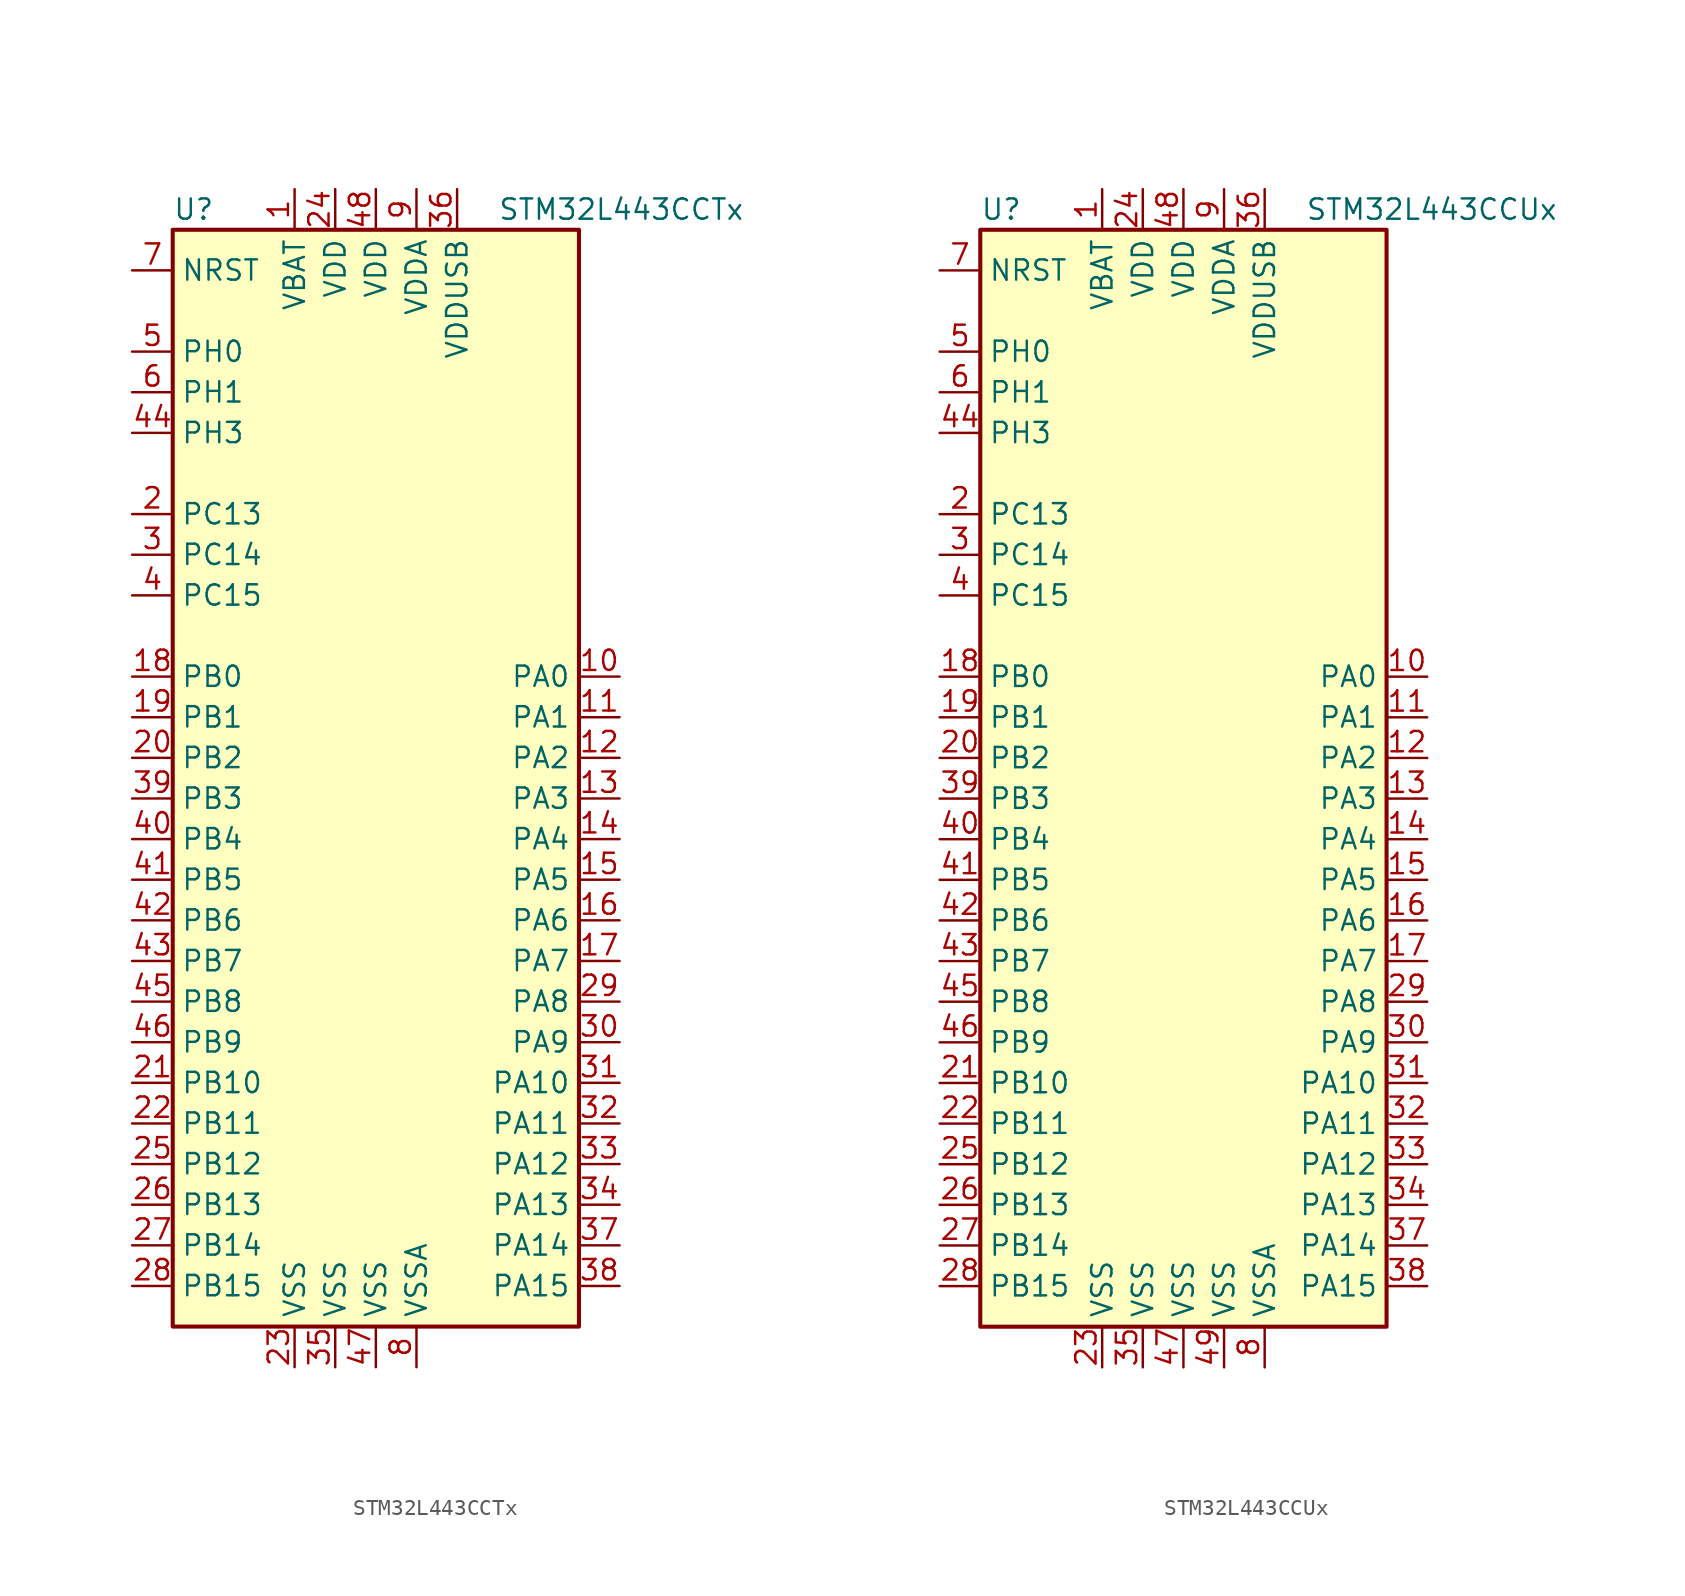
<source format=kicad_sym>
(kicad_symbol_lib
  (version 20201005)
  (generator kicad_symbol_editor)
  (symbol "STM32L443CCTx"
    (property "Reference" "U"
      (at -12.7 34.29 0)
      (effects (font (size 1.27 1.27)) (justify left)))
    (property "Value" "STM32L443CCTx"
      (at 7.62 34.29 0)
      (effects (font (size 1.27 1.27)) (justify left)))
    (symbol "STM32L443CCTx_0_1"
      (rectangle (start -12.7 -35.56) (end 12.7 33.02) (stroke (width 0.254)) (fill (type background))))
    (symbol "STM32L443CCTx_1_1"
      (pin power_in line (at -5.08 35.56 270) (length 2.54) (name "VBAT" (effects (font (size 1.27 1.27)))) (number "1" (effects (font (size 1.27 1.27)))))
      (pin bidirectional line (at 15.24 5.08 180) (length 2.54) (name "PA0" (effects (font (size 1.27 1.27)))) (number "10" (effects (font (size 1.27 1.27)))))
      (pin bidirectional line (at 15.24 2.54 180) (length 2.54) (name "PA1" (effects (font (size 1.27 1.27)))) (number "11" (effects (font (size 1.27 1.27)))))
      (pin bidirectional line (at 15.24 0 180) (length 2.54) (name "PA2" (effects (font (size 1.27 1.27)))) (number "12" (effects (font (size 1.27 1.27)))))
      (pin bidirectional line (at 15.24 -2.54 180) (length 2.54) (name "PA3" (effects (font (size 1.27 1.27)))) (number "13" (effects (font (size 1.27 1.27)))))
      (pin bidirectional line (at 15.24 -5.08 180) (length 2.54) (name "PA4" (effects (font (size 1.27 1.27)))) (number "14" (effects (font (size 1.27 1.27)))))
      (pin bidirectional line (at 15.24 -7.62 180) (length 2.54) (name "PA5" (effects (font (size 1.27 1.27)))) (number "15" (effects (font (size 1.27 1.27)))))
      (pin bidirectional line (at 15.24 -10.16 180) (length 2.54) (name "PA6" (effects (font (size 1.27 1.27)))) (number "16" (effects (font (size 1.27 1.27)))))
      (pin bidirectional line (at 15.24 -12.7 180) (length 2.54) (name "PA7" (effects (font (size 1.27 1.27)))) (number "17" (effects (font (size 1.27 1.27)))))
      (pin bidirectional line (at -15.24 5.08 0) (length 2.54) (name "PB0" (effects (font (size 1.27 1.27)))) (number "18" (effects (font (size 1.27 1.27)))))
      (pin bidirectional line (at -15.24 2.54 0) (length 2.54) (name "PB1" (effects (font (size 1.27 1.27)))) (number "19" (effects (font (size 1.27 1.27)))))
      (pin bidirectional line (at -15.24 15.24 0) (length 2.54) (name "PC13" (effects (font (size 1.27 1.27)))) (number "2" (effects (font (size 1.27 1.27)))))
      (pin bidirectional line (at -15.24 0 0) (length 2.54) (name "PB2" (effects (font (size 1.27 1.27)))) (number "20" (effects (font (size 1.27 1.27)))))
      (pin bidirectional line (at -15.24 -20.32 0) (length 2.54) (name "PB10" (effects (font (size 1.27 1.27)))) (number "21" (effects (font (size 1.27 1.27)))))
      (pin bidirectional line (at -15.24 -22.86 0) (length 2.54) (name "PB11" (effects (font (size 1.27 1.27)))) (number "22" (effects (font (size 1.27 1.27)))))
      (pin power_in line (at -5.08 -38.1 90) (length 2.54) (name "VSS" (effects (font (size 1.27 1.27)))) (number "23" (effects (font (size 1.27 1.27)))))
      (pin power_in line (at -2.54 35.56 270) (length 2.54) (name "VDD" (effects (font (size 1.27 1.27)))) (number "24" (effects (font (size 1.27 1.27)))))
      (pin bidirectional line (at -15.24 -25.4 0) (length 2.54) (name "PB12" (effects (font (size 1.27 1.27)))) (number "25" (effects (font (size 1.27 1.27)))))
      (pin bidirectional line (at -15.24 -27.94 0) (length 2.54) (name "PB13" (effects (font (size 1.27 1.27)))) (number "26" (effects (font (size 1.27 1.27)))))
      (pin bidirectional line (at -15.24 -30.48 0) (length 2.54) (name "PB14" (effects (font (size 1.27 1.27)))) (number "27" (effects (font (size 1.27 1.27)))))
      (pin bidirectional line (at -15.24 -33.02 0) (length 2.54) (name "PB15" (effects (font (size 1.27 1.27)))) (number "28" (effects (font (size 1.27 1.27)))))
      (pin bidirectional line (at 15.24 -15.24 180) (length 2.54) (name "PA8" (effects (font (size 1.27 1.27)))) (number "29" (effects (font (size 1.27 1.27)))))
      (pin bidirectional line (at -15.24 12.7 0) (length 2.54) (name "PC14" (effects (font (size 1.27 1.27)))) (number "3" (effects (font (size 1.27 1.27)))))
      (pin bidirectional line (at 15.24 -17.78 180) (length 2.54) (name "PA9" (effects (font (size 1.27 1.27)))) (number "30" (effects (font (size 1.27 1.27)))))
      (pin bidirectional line (at 15.24 -20.32 180) (length 2.54) (name "PA10" (effects (font (size 1.27 1.27)))) (number "31" (effects (font (size 1.27 1.27)))))
      (pin bidirectional line (at 15.24 -22.86 180) (length 2.54) (name "PA11" (effects (font (size 1.27 1.27)))) (number "32" (effects (font (size 1.27 1.27)))))
      (pin bidirectional line (at 15.24 -25.4 180) (length 2.54) (name "PA12" (effects (font (size 1.27 1.27)))) (number "33" (effects (font (size 1.27 1.27)))))
      (pin bidirectional line (at 15.24 -27.94 180) (length 2.54) (name "PA13" (effects (font (size 1.27 1.27)))) (number "34" (effects (font (size 1.27 1.27)))))
      (pin power_in line (at -2.54 -38.1 90) (length 2.54) (name "VSS" (effects (font (size 1.27 1.27)))) (number "35" (effects (font (size 1.27 1.27)))))
      (pin power_in line (at 5.08 35.56 270) (length 2.54) (name "VDDUSB" (effects (font (size 1.27 1.27)))) (number "36" (effects (font (size 1.27 1.27)))))
      (pin bidirectional line (at 15.24 -30.48 180) (length 2.54) (name "PA14" (effects (font (size 1.27 1.27)))) (number "37" (effects (font (size 1.27 1.27)))))
      (pin bidirectional line (at 15.24 -33.02 180) (length 2.54) (name "PA15" (effects (font (size 1.27 1.27)))) (number "38" (effects (font (size 1.27 1.27)))))
      (pin bidirectional line (at -15.24 -2.54 0) (length 2.54) (name "PB3" (effects (font (size 1.27 1.27)))) (number "39" (effects (font (size 1.27 1.27)))))
      (pin bidirectional line (at -15.24 10.16 0) (length 2.54) (name "PC15" (effects (font (size 1.27 1.27)))) (number "4" (effects (font (size 1.27 1.27)))))
      (pin bidirectional line (at -15.24 -5.08 0) (length 2.54) (name "PB4" (effects (font (size 1.27 1.27)))) (number "40" (effects (font (size 1.27 1.27)))))
      (pin bidirectional line (at -15.24 -7.62 0) (length 2.54) (name "PB5" (effects (font (size 1.27 1.27)))) (number "41" (effects (font (size 1.27 1.27)))))
      (pin bidirectional line (at -15.24 -10.16 0) (length 2.54) (name "PB6" (effects (font (size 1.27 1.27)))) (number "42" (effects (font (size 1.27 1.27)))))
      (pin bidirectional line (at -15.24 -12.7 0) (length 2.54) (name "PB7" (effects (font (size 1.27 1.27)))) (number "43" (effects (font (size 1.27 1.27)))))
      (pin bidirectional line (at -15.24 20.32 0) (length 2.54) (name "PH3" (effects (font (size 1.27 1.27)))) (number "44" (effects (font (size 1.27 1.27)))))
      (pin bidirectional line (at -15.24 -15.24 0) (length 2.54) (name "PB8" (effects (font (size 1.27 1.27)))) (number "45" (effects (font (size 1.27 1.27)))))
      (pin bidirectional line (at -15.24 -17.78 0) (length 2.54) (name "PB9" (effects (font (size 1.27 1.27)))) (number "46" (effects (font (size 1.27 1.27)))))
      (pin power_in line (at 0 -38.1 90) (length 2.54) (name "VSS" (effects (font (size 1.27 1.27)))) (number "47" (effects (font (size 1.27 1.27)))))
      (pin power_in line (at 0 35.56 270) (length 2.54) (name "VDD" (effects (font (size 1.27 1.27)))) (number "48" (effects (font (size 1.27 1.27)))))
      (pin input line (at -15.24 25.4 0) (length 2.54) (name "PH0" (effects (font (size 1.27 1.27)))) (number "5" (effects (font (size 1.27 1.27)))))
      (pin input line (at -15.24 22.86 0) (length 2.54) (name "PH1" (effects (font (size 1.27 1.27)))) (number "6" (effects (font (size 1.27 1.27)))))
      (pin input line (at -15.24 30.48 0) (length 2.54) (name "NRST" (effects (font (size 1.27 1.27)))) (number "7" (effects (font (size 1.27 1.27)))))
      (pin power_in line (at 2.54 -38.1 90) (length 2.54) (name "VSSA" (effects (font (size 1.27 1.27)))) (number "8" (effects (font (size 1.27 1.27)))))
      (pin power_in line (at 2.54 35.56 270) (length 2.54) (name "VDDA" (effects (font (size 1.27 1.27)))) (number "9" (effects (font (size 1.27 1.27)))))))
  (symbol "STM32L443CCUx"
    (property "Reference" "U"
      (at -12.7 34.29 0)
      (effects (font (size 1.27 1.27)) (justify left)))
    (property "Value" "STM32L443CCUx"
      (at 7.62 34.29 0)
      (effects (font (size 1.27 1.27)) (justify left)))
    (symbol "STM32L443CCUx_0_1"
      (rectangle (start -12.7 -35.56) (end 12.7 33.02) (stroke (width 0.254)) (fill (type background))))
    (symbol "STM32L443CCUx_1_1"
      (pin power_in line (at -5.08 35.56 270) (length 2.54) (name "VBAT" (effects (font (size 1.27 1.27)))) (number "1" (effects (font (size 1.27 1.27)))))
      (pin bidirectional line (at 15.24 5.08 180) (length 2.54) (name "PA0" (effects (font (size 1.27 1.27)))) (number "10" (effects (font (size 1.27 1.27)))))
      (pin bidirectional line (at 15.24 2.54 180) (length 2.54) (name "PA1" (effects (font (size 1.27 1.27)))) (number "11" (effects (font (size 1.27 1.27)))))
      (pin bidirectional line (at 15.24 0 180) (length 2.54) (name "PA2" (effects (font (size 1.27 1.27)))) (number "12" (effects (font (size 1.27 1.27)))))
      (pin bidirectional line (at 15.24 -2.54 180) (length 2.54) (name "PA3" (effects (font (size 1.27 1.27)))) (number "13" (effects (font (size 1.27 1.27)))))
      (pin bidirectional line (at 15.24 -5.08 180) (length 2.54) (name "PA4" (effects (font (size 1.27 1.27)))) (number "14" (effects (font (size 1.27 1.27)))))
      (pin bidirectional line (at 15.24 -7.62 180) (length 2.54) (name "PA5" (effects (font (size 1.27 1.27)))) (number "15" (effects (font (size 1.27 1.27)))))
      (pin bidirectional line (at 15.24 -10.16 180) (length 2.54) (name "PA6" (effects (font (size 1.27 1.27)))) (number "16" (effects (font (size 1.27 1.27)))))
      (pin bidirectional line (at 15.24 -12.7 180) (length 2.54) (name "PA7" (effects (font (size 1.27 1.27)))) (number "17" (effects (font (size 1.27 1.27)))))
      (pin bidirectional line (at -15.24 5.08 0) (length 2.54) (name "PB0" (effects (font (size 1.27 1.27)))) (number "18" (effects (font (size 1.27 1.27)))))
      (pin bidirectional line (at -15.24 2.54 0) (length 2.54) (name "PB1" (effects (font (size 1.27 1.27)))) (number "19" (effects (font (size 1.27 1.27)))))
      (pin bidirectional line (at -15.24 15.24 0) (length 2.54) (name "PC13" (effects (font (size 1.27 1.27)))) (number "2" (effects (font (size 1.27 1.27)))))
      (pin bidirectional line (at -15.24 0 0) (length 2.54) (name "PB2" (effects (font (size 1.27 1.27)))) (number "20" (effects (font (size 1.27 1.27)))))
      (pin bidirectional line (at -15.24 -20.32 0) (length 2.54) (name "PB10" (effects (font (size 1.27 1.27)))) (number "21" (effects (font (size 1.27 1.27)))))
      (pin bidirectional line (at -15.24 -22.86 0) (length 2.54) (name "PB11" (effects (font (size 1.27 1.27)))) (number "22" (effects (font (size 1.27 1.27)))))
      (pin power_in line (at -5.08 -38.1 90) (length 2.54) (name "VSS" (effects (font (size 1.27 1.27)))) (number "23" (effects (font (size 1.27 1.27)))))
      (pin power_in line (at -2.54 35.56 270) (length 2.54) (name "VDD" (effects (font (size 1.27 1.27)))) (number "24" (effects (font (size 1.27 1.27)))))
      (pin bidirectional line (at -15.24 -25.4 0) (length 2.54) (name "PB12" (effects (font (size 1.27 1.27)))) (number "25" (effects (font (size 1.27 1.27)))))
      (pin bidirectional line (at -15.24 -27.94 0) (length 2.54) (name "PB13" (effects (font (size 1.27 1.27)))) (number "26" (effects (font (size 1.27 1.27)))))
      (pin bidirectional line (at -15.24 -30.48 0) (length 2.54) (name "PB14" (effects (font (size 1.27 1.27)))) (number "27" (effects (font (size 1.27 1.27)))))
      (pin bidirectional line (at -15.24 -33.02 0) (length 2.54) (name "PB15" (effects (font (size 1.27 1.27)))) (number "28" (effects (font (size 1.27 1.27)))))
      (pin bidirectional line (at 15.24 -15.24 180) (length 2.54) (name "PA8" (effects (font (size 1.27 1.27)))) (number "29" (effects (font (size 1.27 1.27)))))
      (pin bidirectional line (at -15.24 12.7 0) (length 2.54) (name "PC14" (effects (font (size 1.27 1.27)))) (number "3" (effects (font (size 1.27 1.27)))))
      (pin bidirectional line (at 15.24 -17.78 180) (length 2.54) (name "PA9" (effects (font (size 1.27 1.27)))) (number "30" (effects (font (size 1.27 1.27)))))
      (pin bidirectional line (at 15.24 -20.32 180) (length 2.54) (name "PA10" (effects (font (size 1.27 1.27)))) (number "31" (effects (font (size 1.27 1.27)))))
      (pin bidirectional line (at 15.24 -22.86 180) (length 2.54) (name "PA11" (effects (font (size 1.27 1.27)))) (number "32" (effects (font (size 1.27 1.27)))))
      (pin bidirectional line (at 15.24 -25.4 180) (length 2.54) (name "PA12" (effects (font (size 1.27 1.27)))) (number "33" (effects (font (size 1.27 1.27)))))
      (pin bidirectional line (at 15.24 -27.94 180) (length 2.54) (name "PA13" (effects (font (size 1.27 1.27)))) (number "34" (effects (font (size 1.27 1.27)))))
      (pin power_in line (at -2.54 -38.1 90) (length 2.54) (name "VSS" (effects (font (size 1.27 1.27)))) (number "35" (effects (font (size 1.27 1.27)))))
      (pin power_in line (at 5.08 35.56 270) (length 2.54) (name "VDDUSB" (effects (font (size 1.27 1.27)))) (number "36" (effects (font (size 1.27 1.27)))))
      (pin bidirectional line (at 15.24 -30.48 180) (length 2.54) (name "PA14" (effects (font (size 1.27 1.27)))) (number "37" (effects (font (size 1.27 1.27)))))
      (pin bidirectional line (at 15.24 -33.02 180) (length 2.54) (name "PA15" (effects (font (size 1.27 1.27)))) (number "38" (effects (font (size 1.27 1.27)))))
      (pin bidirectional line (at -15.24 -2.54 0) (length 2.54) (name "PB3" (effects (font (size 1.27 1.27)))) (number "39" (effects (font (size 1.27 1.27)))))
      (pin bidirectional line (at -15.24 10.16 0) (length 2.54) (name "PC15" (effects (font (size 1.27 1.27)))) (number "4" (effects (font (size 1.27 1.27)))))
      (pin bidirectional line (at -15.24 -5.08 0) (length 2.54) (name "PB4" (effects (font (size 1.27 1.27)))) (number "40" (effects (font (size 1.27 1.27)))))
      (pin bidirectional line (at -15.24 -7.62 0) (length 2.54) (name "PB5" (effects (font (size 1.27 1.27)))) (number "41" (effects (font (size 1.27 1.27)))))
      (pin bidirectional line (at -15.24 -10.16 0) (length 2.54) (name "PB6" (effects (font (size 1.27 1.27)))) (number "42" (effects (font (size 1.27 1.27)))))
      (pin bidirectional line (at -15.24 -12.7 0) (length 2.54) (name "PB7" (effects (font (size 1.27 1.27)))) (number "43" (effects (font (size 1.27 1.27)))))
      (pin bidirectional line (at -15.24 20.32 0) (length 2.54) (name "PH3" (effects (font (size 1.27 1.27)))) (number "44" (effects (font (size 1.27 1.27)))))
      (pin bidirectional line (at -15.24 -15.24 0) (length 2.54) (name "PB8" (effects (font (size 1.27 1.27)))) (number "45" (effects (font (size 1.27 1.27)))))
      (pin bidirectional line (at -15.24 -17.78 0) (length 2.54) (name "PB9" (effects (font (size 1.27 1.27)))) (number "46" (effects (font (size 1.27 1.27)))))
      (pin power_in line (at 0 -38.1 90) (length 2.54) (name "VSS" (effects (font (size 1.27 1.27)))) (number "47" (effects (font (size 1.27 1.27)))))
      (pin power_in line (at 0 35.56 270) (length 2.54) (name "VDD" (effects (font (size 1.27 1.27)))) (number "48" (effects (font (size 1.27 1.27)))))
      (pin power_in line (at 2.54 -38.1 90) (length 2.54) (name "VSS" (effects (font (size 1.27 1.27)))) (number "49" (effects (font (size 1.27 1.27)))))
      (pin input line (at -15.24 25.4 0) (length 2.54) (name "PH0" (effects (font (size 1.27 1.27)))) (number "5" (effects (font (size 1.27 1.27)))))
      (pin input line (at -15.24 22.86 0) (length 2.54) (name "PH1" (effects (font (size 1.27 1.27)))) (number "6" (effects (font (size 1.27 1.27)))))
      (pin input line (at -15.24 30.48 0) (length 2.54) (name "NRST" (effects (font (size 1.27 1.27)))) (number "7" (effects (font (size 1.27 1.27)))))
      (pin power_in line (at 5.08 -38.1 90) (length 2.54) (name "VSSA" (effects (font (size 1.27 1.27)))) (number "8" (effects (font (size 1.27 1.27)))))
      (pin power_in line (at 2.54 35.56 270) (length 2.54) (name "VDDA" (effects (font (size 1.27 1.27)))) (number "9" (effects (font (size 1.27 1.27))))))))
</source>
